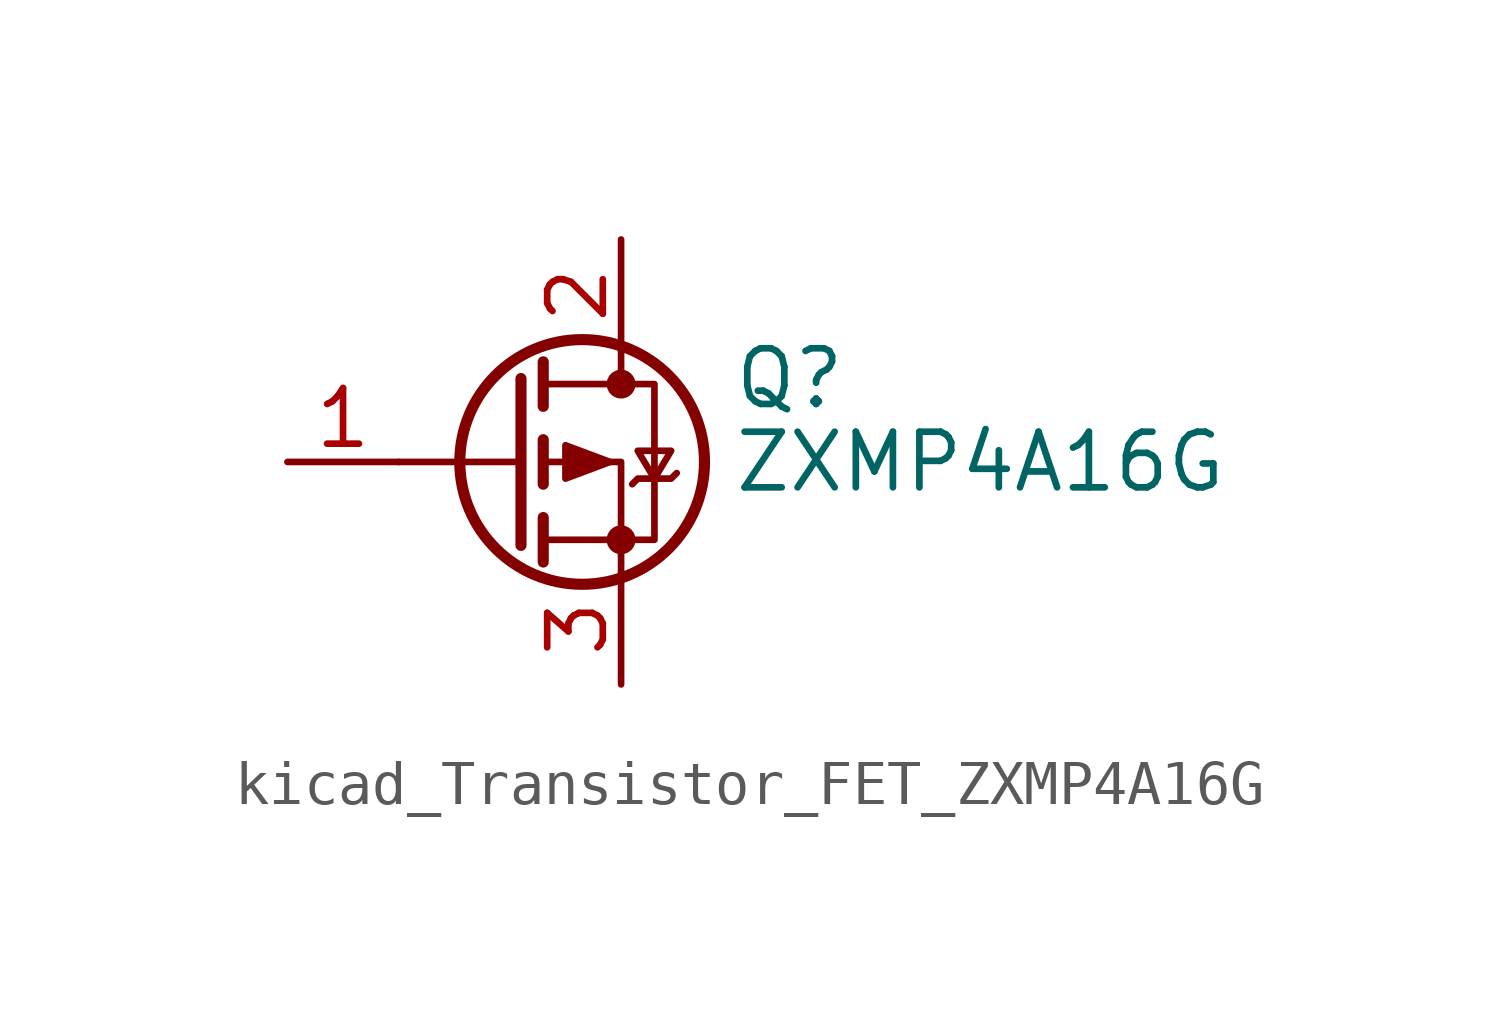
<source format=kicad_sym>
(kicad_symbol_lib
  (version 20220914)
  (generator kicad_symbol_editor)
  (symbol "kicad_Transistor_FET_ZXMP4A16G"
    (pin_names hide)
    (property "Reference" "Q"
      (at 5.08 1.905 0)
      (effects (font (size 1.27 1.27)) (justify left)))
    (property "Value" "ZXMP4A16G"
      (at 5.08 0 0)
      (effects (font (size 1.27 1.27)) (justify left)))
    (symbol "kicad_Transistor_FET_ZXMP4A16G_0_1"
      (polyline (pts (xy 0.254 0) (xy -2.54 0)) (stroke (width 0) (type default)) (fill (type none)))
      (polyline (pts (xy 0.254 1.905) (xy 0.254 -1.905)) (stroke (width 0.254) (type default)) (fill (type none)))
      (polyline (pts (xy 0.762 -1.27) (xy 0.762 -2.286)) (stroke (width 0.254) (type default)) (fill (type none)))
      (polyline (pts (xy 0.762 0.508) (xy 0.762 -0.508)) (stroke (width 0.254) (type default)) (fill (type none)))
      (polyline (pts (xy 0.762 2.286) (xy 0.762 1.27)) (stroke (width 0.254) (type default)) (fill (type none)))
      (polyline (pts (xy 2.54 2.54) (xy 2.54 1.778)) (stroke (width 0) (type default)) (fill (type none)))
      (polyline (pts (xy 2.54 -2.54) (xy 2.54 0) (xy 0.762 0)) (stroke (width 0) (type default)) (fill (type none)))
      (polyline (pts (xy 0.762 1.778) (xy 3.302 1.778) (xy 3.302 -1.778) (xy 0.762 -1.778)) (stroke (width 0) (type default)) (fill (type none)))
      (polyline (pts (xy 2.286 0) (xy 1.27 0.381) (xy 1.27 -0.381) (xy 2.286 0)) (stroke (width 0) (type default)) (fill (type outline)))
      (polyline (pts (xy 2.794 -0.508) (xy 2.921 -0.381) (xy 3.683 -0.381) (xy 3.81 -0.254)) (stroke (width 0) (type default)) (fill (type none)))
      (polyline (pts (xy 3.302 -0.381) (xy 2.921 0.254) (xy 3.683 0.254) (xy 3.302 -0.381)) (stroke (width 0) (type default)) (fill (type none)))
      (circle (center 1.651 0) (radius 2.794) (stroke (width 0.254) (type default)) (fill (type none)))
      (circle (center 2.54 -1.778) (radius 0.254) (stroke (width 0) (type default)) (fill (type outline)))
      (circle (center 2.54 1.778) (radius 0.254) (stroke (width 0) (type default)) (fill (type outline))))
    (symbol "kicad_Transistor_FET_ZXMP4A16G_1_1"
      (pin input line (at -5.08 0 0) (length 2.54) (name "G" (effects (font (size 1.27 1.27)))) (number "1" (effects (font (size 1.27 1.27)))))
      (pin passive line (at 2.54 5.08 270) (length 2.54) (name "D" (effects (font (size 1.27 1.27)))) (number "2" (effects (font (size 1.27 1.27)))))
      (pin passive line (at 2.54 -5.08 90) (length 2.54) (name "S" (effects (font (size 1.27 1.27)))) (number "3" (effects (font (size 1.27 1.27))))))))
</source>
